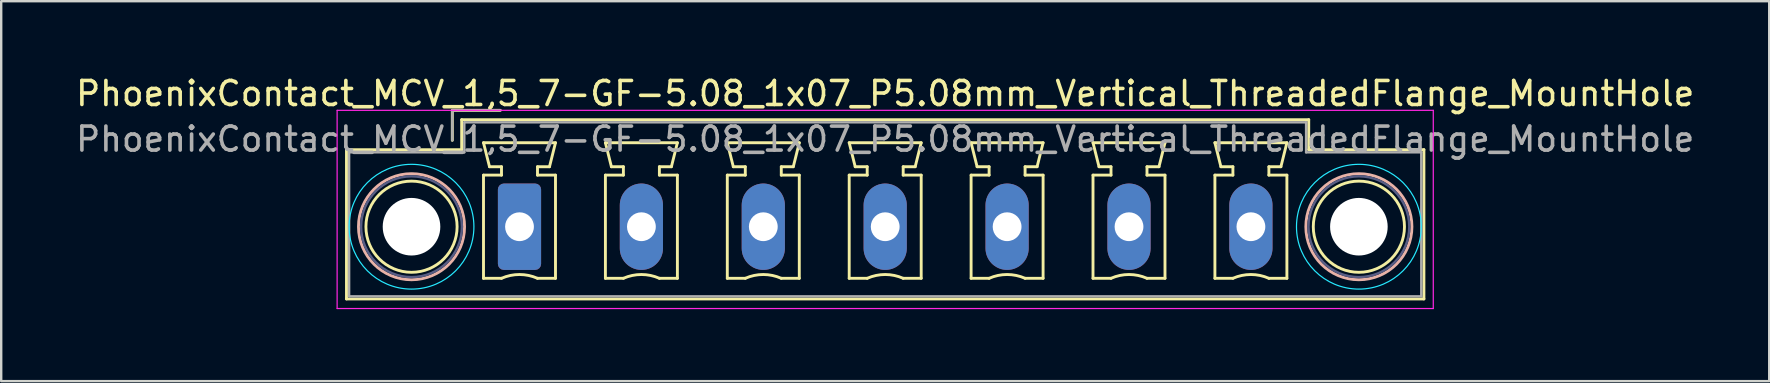
<source format=kicad_pcb>
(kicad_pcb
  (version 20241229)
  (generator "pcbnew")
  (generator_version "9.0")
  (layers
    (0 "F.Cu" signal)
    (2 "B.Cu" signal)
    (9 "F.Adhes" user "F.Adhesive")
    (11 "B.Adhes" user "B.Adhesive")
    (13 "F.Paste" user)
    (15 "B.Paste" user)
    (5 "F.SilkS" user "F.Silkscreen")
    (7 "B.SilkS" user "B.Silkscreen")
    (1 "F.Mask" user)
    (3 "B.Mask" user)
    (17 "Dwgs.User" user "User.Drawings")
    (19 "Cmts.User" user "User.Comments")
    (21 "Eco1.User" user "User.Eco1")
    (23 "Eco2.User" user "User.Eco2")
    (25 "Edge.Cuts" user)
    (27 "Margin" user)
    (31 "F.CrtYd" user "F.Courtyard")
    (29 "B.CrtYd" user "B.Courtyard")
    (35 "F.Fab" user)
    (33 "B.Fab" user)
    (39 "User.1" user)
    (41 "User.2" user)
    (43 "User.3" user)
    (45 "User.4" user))
  (footprint "PhoenixContact_MCV_1,5_7-GF-5.08_1x07_P5.08mm_Vertical_ThreadedFlange_MountHole"
    (layer "F.Cu")
    (at 18.599 6.398)
    (property "Reference" "PhoenixContact_MCV_1,5_7-GF-5.08_1x07_P5.08mm_Vertical_ThreadedFlange_MountHole" (at 15.24 -5.55 0) (layer "F.SilkS") (effects (font (size 1 1) (thickness 0.15))))
    (attr through_hole)
    (fp_line (start -7.21 -3.21) (end -7.21 3.01) (stroke (width 0.12) (type solid)) (layer "F.SilkS"))
    (fp_line (start -7.21 3.01) (end 37.69 3.01) (stroke (width 0.12) (type solid)) (layer "F.SilkS"))
    (fp_line (start -2.8 -4.85) (end -0.8 -4.85) (stroke (width 0.12) (type solid)) (layer "F.SilkS"))
    (fp_line (start -2.8 -3.6) (end -2.8 -4.85) (stroke (width 0.12) (type solid)) (layer "F.SilkS"))
    (fp_line (start -2.41 -4.46) (end -2.41 -3.21) (stroke (width 0.12) (type solid)) (layer "F.SilkS"))
    (fp_line (start -2.41 -3.21) (end -7.21 -3.21) (stroke (width 0.12) (type solid)) (layer "F.SilkS"))
    (fp_line (start -1.5 -3.5) (end 1.5 -3.5) (stroke (width 0.12) (type solid)) (layer "F.SilkS"))
    (fp_line (start -1.5 -2.15) (end -0.75 -2.15) (stroke (width 0.12) (type solid)) (layer "F.SilkS"))
    (fp_line (start -1.5 2.15) (end -1.5 -2.15) (stroke (width 0.12) (type solid)) (layer "F.SilkS"))
    (fp_line (start -1.25 -2.5) (end -1.5 -3.5) (stroke (width 0.12) (type solid)) (layer "F.SilkS"))
    (fp_line (start -0.75 -2.5) (end -1.25 -2.5) (stroke (width 0.12) (type solid)) (layer "F.SilkS"))
    (fp_line (start -0.75 -2.15) (end -0.75 -2.5) (stroke (width 0.12) (type solid)) (layer "F.SilkS"))
    (fp_line (start -0.75 2.15) (end -1.5 2.15) (stroke (width 0.12) (type solid)) (layer "F.SilkS"))
    (fp_line (start 0.75 -2.5) (end 0.75 -2.15) (stroke (width 0.12) (type solid)) (layer "F.SilkS"))
    (fp_line (start 0.75 -2.15) (end 1.5 -2.15) (stroke (width 0.12) (type solid)) (layer "F.SilkS"))
    (fp_line (start 1.25 -2.5) (end 0.75 -2.5) (stroke (width 0.12) (type solid)) (layer "F.SilkS"))
    (fp_line (start 1.5 -3.5) (end 1.25 -2.5) (stroke (width 0.12) (type solid)) (layer "F.SilkS"))
    (fp_line (start 1.5 -2.15) (end 1.5 2.15) (stroke (width 0.12) (type solid)) (layer "F.SilkS"))
    (fp_line (start 1.5 2.15) (end 0.75 2.15) (stroke (width 0.12) (type solid)) (layer "F.SilkS"))
    (fp_line (start 3.58 -3.5) (end 6.58 -3.5) (stroke (width 0.12) (type solid)) (layer "F.SilkS"))
    (fp_line (start 3.58 -2.15) (end 4.33 -2.15) (stroke (width 0.12) (type solid)) (layer "F.SilkS"))
    (fp_line (start 3.58 2.15) (end 3.58 -2.15) (stroke (width 0.12) (type solid)) (layer "F.SilkS"))
    (fp_line (start 3.83 -2.5) (end 3.58 -3.5) (stroke (width 0.12) (type solid)) (layer "F.SilkS"))
    (fp_line (start 4.33 -2.5) (end 3.83 -2.5) (stroke (width 0.12) (type solid)) (layer "F.SilkS"))
    (fp_line (start 4.33 -2.15) (end 4.33 -2.5) (stroke (width 0.12) (type solid)) (layer "F.SilkS"))
    (fp_line (start 4.33 2.15) (end 3.58 2.15) (stroke (width 0.12) (type solid)) (layer "F.SilkS"))
    (fp_line (start 5.83 -2.5) (end 5.83 -2.15) (stroke (width 0.12) (type solid)) (layer "F.SilkS"))
    (fp_line (start 5.83 -2.15) (end 6.58 -2.15) (stroke (width 0.12) (type solid)) (layer "F.SilkS"))
    (fp_line (start 6.33 -2.5) (end 5.83 -2.5) (stroke (width 0.12) (type solid)) (layer "F.SilkS"))
    (fp_line (start 6.58 -3.5) (end 6.33 -2.5) (stroke (width 0.12) (type solid)) (layer "F.SilkS"))
    (fp_line (start 6.58 -2.15) (end 6.58 2.15) (stroke (width 0.12) (type solid)) (layer "F.SilkS"))
    (fp_line (start 6.58 2.15) (end 5.83 2.15) (stroke (width 0.12) (type solid)) (layer "F.SilkS"))
    (fp_line (start 8.66 -3.5) (end 11.66 -3.5) (stroke (width 0.12) (type solid)) (layer "F.SilkS"))
    (fp_line (start 8.66 -2.15) (end 9.41 -2.15) (stroke (width 0.12) (type solid)) (layer "F.SilkS"))
    (fp_line (start 8.66 2.15) (end 8.66 -2.15) (stroke (width 0.12) (type solid)) (layer "F.SilkS"))
    (fp_line (start 8.91 -2.5) (end 8.66 -3.5) (stroke (width 0.12) (type solid)) (layer "F.SilkS"))
    (fp_line (start 9.41 -2.5) (end 8.91 -2.5) (stroke (width 0.12) (type solid)) (layer "F.SilkS"))
    (fp_line (start 9.41 -2.15) (end 9.41 -2.5) (stroke (width 0.12) (type solid)) (layer "F.SilkS"))
    (fp_line (start 9.41 2.15) (end 8.66 2.15) (stroke (width 0.12) (type solid)) (layer "F.SilkS"))
    (fp_line (start 10.91 -2.5) (end 10.91 -2.15) (stroke (width 0.12) (type solid)) (layer "F.SilkS"))
    (fp_line (start 10.91 -2.15) (end 11.66 -2.15) (stroke (width 0.12) (type solid)) (layer "F.SilkS"))
    (fp_line (start 11.41 -2.5) (end 10.91 -2.5) (stroke (width 0.12) (type solid)) (layer "F.SilkS"))
    (fp_line (start 11.66 -3.5) (end 11.41 -2.5) (stroke (width 0.12) (type solid)) (layer "F.SilkS"))
    (fp_line (start 11.66 -2.15) (end 11.66 2.15) (stroke (width 0.12) (type solid)) (layer "F.SilkS"))
    (fp_line (start 11.66 2.15) (end 10.91 2.15) (stroke (width 0.12) (type solid)) (layer "F.SilkS"))
    (fp_line (start 13.74 -3.5) (end 16.74 -3.5) (stroke (width 0.12) (type solid)) (layer "F.SilkS"))
    (fp_line (start 13.74 -2.15) (end 14.49 -2.15) (stroke (width 0.12) (type solid)) (layer "F.SilkS"))
    (fp_line (start 13.74 2.15) (end 13.74 -2.15) (stroke (width 0.12) (type solid)) (layer "F.SilkS"))
    (fp_line (start 13.99 -2.5) (end 13.74 -3.5) (stroke (width 0.12) (type solid)) (layer "F.SilkS"))
    (fp_line (start 14.49 -2.5) (end 13.99 -2.5) (stroke (width 0.12) (type solid)) (layer "F.SilkS"))
    (fp_line (start 14.49 -2.15) (end 14.49 -2.5) (stroke (width 0.12) (type solid)) (layer "F.SilkS"))
    (fp_line (start 14.49 2.15) (end 13.74 2.15) (stroke (width 0.12) (type solid)) (layer "F.SilkS"))
    (fp_line (start 15.99 -2.5) (end 15.99 -2.15) (stroke (width 0.12) (type solid)) (layer "F.SilkS"))
    (fp_line (start 15.99 -2.15) (end 16.74 -2.15) (stroke (width 0.12) (type solid)) (layer "F.SilkS"))
    (fp_line (start 16.49 -2.5) (end 15.99 -2.5) (stroke (width 0.12) (type solid)) (layer "F.SilkS"))
    (fp_line (start 16.74 -3.5) (end 16.49 -2.5) (stroke (width 0.12) (type solid)) (layer "F.SilkS"))
    (fp_line (start 16.74 -2.15) (end 16.74 2.15) (stroke (width 0.12) (type solid)) (layer "F.SilkS"))
    (fp_line (start 16.74 2.15) (end 15.99 2.15) (stroke (width 0.12) (type solid)) (layer "F.SilkS"))
    (fp_line (start 18.82 -3.5) (end 21.82 -3.5) (stroke (width 0.12) (type solid)) (layer "F.SilkS"))
    (fp_line (start 18.82 -2.15) (end 19.57 -2.15) (stroke (width 0.12) (type solid)) (layer "F.SilkS"))
    (fp_line (start 18.82 2.15) (end 18.82 -2.15) (stroke (width 0.12) (type solid)) (layer "F.SilkS"))
    (fp_line (start 19.07 -2.5) (end 18.82 -3.5) (stroke (width 0.12) (type solid)) (layer "F.SilkS"))
    (fp_line (start 19.57 -2.5) (end 19.07 -2.5) (stroke (width 0.12) (type solid)) (layer "F.SilkS"))
    (fp_line (start 19.57 -2.15) (end 19.57 -2.5) (stroke (width 0.12) (type solid)) (layer "F.SilkS"))
    (fp_line (start 19.57 2.15) (end 18.82 2.15) (stroke (width 0.12) (type solid)) (layer "F.SilkS"))
    (fp_line (start 21.07 -2.5) (end 21.07 -2.15) (stroke (width 0.12) (type solid)) (layer "F.SilkS"))
    (fp_line (start 21.07 -2.15) (end 21.82 -2.15) (stroke (width 0.12) (type solid)) (layer "F.SilkS"))
    (fp_line (start 21.57 -2.5) (end 21.07 -2.5) (stroke (width 0.12) (type solid)) (layer "F.SilkS"))
    (fp_line (start 21.82 -3.5) (end 21.57 -2.5) (stroke (width 0.12) (type solid)) (layer "F.SilkS"))
    (fp_line (start 21.82 -2.15) (end 21.82 2.15) (stroke (width 0.12) (type solid)) (layer "F.SilkS"))
    (fp_line (start 21.82 2.15) (end 21.07 2.15) (stroke (width 0.12) (type solid)) (layer "F.SilkS"))
    (fp_line (start 23.9 -3.5) (end 26.9 -3.5) (stroke (width 0.12) (type solid)) (layer "F.SilkS"))
    (fp_line (start 23.9 -2.15) (end 24.65 -2.15) (stroke (width 0.12) (type solid)) (layer "F.SilkS"))
    (fp_line (start 23.9 2.15) (end 23.9 -2.15) (stroke (width 0.12) (type solid)) (layer "F.SilkS"))
    (fp_line (start 24.15 -2.5) (end 23.9 -3.5) (stroke (width 0.12) (type solid)) (layer "F.SilkS"))
    (fp_line (start 24.65 -2.5) (end 24.15 -2.5) (stroke (width 0.12) (type solid)) (layer "F.SilkS"))
    (fp_line (start 24.65 -2.15) (end 24.65 -2.5) (stroke (width 0.12) (type solid)) (layer "F.SilkS"))
    (fp_line (start 24.65 2.15) (end 23.9 2.15) (stroke (width 0.12) (type solid)) (layer "F.SilkS"))
    (fp_line (start 26.15 -2.5) (end 26.15 -2.15) (stroke (width 0.12) (type solid)) (layer "F.SilkS"))
    (fp_line (start 26.15 -2.15) (end 26.9 -2.15) (stroke (width 0.12) (type solid)) (layer "F.SilkS"))
    (fp_line (start 26.65 -2.5) (end 26.15 -2.5) (stroke (width 0.12) (type solid)) (layer "F.SilkS"))
    (fp_line (start 26.9 -3.5) (end 26.65 -2.5) (stroke (width 0.12) (type solid)) (layer "F.SilkS"))
    (fp_line (start 26.9 -2.15) (end 26.9 2.15) (stroke (width 0.12) (type solid)) (layer "F.SilkS"))
    (fp_line (start 26.9 2.15) (end 26.15 2.15) (stroke (width 0.12) (type solid)) (layer "F.SilkS"))
    (fp_line (start 28.98 -3.5) (end 31.98 -3.5) (stroke (width 0.12) (type solid)) (layer "F.SilkS"))
    (fp_line (start 28.98 -2.15) (end 29.73 -2.15) (stroke (width 0.12) (type solid)) (layer "F.SilkS"))
    (fp_line (start 28.98 2.15) (end 28.98 -2.15) (stroke (width 0.12) (type solid)) (layer "F.SilkS"))
    (fp_line (start 29.23 -2.5) (end 28.98 -3.5) (stroke (width 0.12) (type solid)) (layer "F.SilkS"))
    (fp_line (start 29.73 -2.5) (end 29.23 -2.5) (stroke (width 0.12) (type solid)) (layer "F.SilkS"))
    (fp_line (start 29.73 -2.15) (end 29.73 -2.5) (stroke (width 0.12) (type solid)) (layer "F.SilkS"))
    (fp_line (start 29.73 2.15) (end 28.98 2.15) (stroke (width 0.12) (type solid)) (layer "F.SilkS"))
    (fp_line (start 31.23 -2.5) (end 31.23 -2.15) (stroke (width 0.12) (type solid)) (layer "F.SilkS"))
    (fp_line (start 31.23 -2.15) (end 31.98 -2.15) (stroke (width 0.12) (type solid)) (layer "F.SilkS"))
    (fp_line (start 31.73 -2.5) (end 31.23 -2.5) (stroke (width 0.12) (type solid)) (layer "F.SilkS"))
    (fp_line (start 31.98 -3.5) (end 31.73 -2.5) (stroke (width 0.12) (type solid)) (layer "F.SilkS"))
    (fp_line (start 31.98 -2.15) (end 31.98 2.15) (stroke (width 0.12) (type solid)) (layer "F.SilkS"))
    (fp_line (start 31.98 2.15) (end 31.23 2.15) (stroke (width 0.12) (type solid)) (layer "F.SilkS"))
    (fp_line (start 32.89 -4.46) (end -2.41 -4.46) (stroke (width 0.12) (type solid)) (layer "F.SilkS"))
    (fp_line (start 32.89 -3.21) (end 32.89 -4.46) (stroke (width 0.12) (type solid)) (layer "F.SilkS"))
    (fp_line (start 37.69 -3.21) (end 32.89 -3.21) (stroke (width 0.12) (type solid)) (layer "F.SilkS"))
    (fp_line (start 37.69 3.01) (end 37.69 -3.21) (stroke (width 0.12) (type solid)) (layer "F.SilkS"))
    (fp_arc (start -0.75 2.15) (mid -0.000193 1.99191) (end 0.749647 2.149844) (stroke (width 0.12) (type solid)) (layer "F.SilkS"))
    (fp_arc (start 4.33 2.15) (mid 5.079807 1.99191) (end 5.829647 2.149844) (stroke (width 0.12) (type solid)) (layer "F.SilkS"))
    (fp_arc (start 9.41 2.15) (mid 10.159807 1.99191) (end 10.909647 2.149844) (stroke (width 0.12) (type solid)) (layer "F.SilkS"))
    (fp_arc (start 14.49 2.15) (mid 15.239807 1.99191) (end 15.989647 2.149844) (stroke (width 0.12) (type solid)) (layer "F.SilkS"))
    (fp_arc (start 19.57 2.15) (mid 20.319807 1.99191) (end 21.069647 2.149844) (stroke (width 0.12) (type solid)) (layer "F.SilkS"))
    (fp_arc (start 24.65 2.15) (mid 25.399807 1.99191) (end 26.149647 2.149844) (stroke (width 0.12) (type solid)) (layer "F.SilkS"))
    (fp_arc (start 29.73 2.15) (mid 30.479807 1.99191) (end 31.229647 2.149844) (stroke (width 0.12) (type solid)) (layer "F.SilkS"))
    (fp_circle (center -4.5 0) (end -2.6 0) (stroke (width 0.12) (type solid)) (fill no) (layer "F.SilkS"))
    (fp_circle (center 34.98 0) (end 36.88 0) (stroke (width 0.12) (type solid)) (fill no) (layer "F.SilkS"))
    (fp_circle (center -4.5 0) (end -2.29 0) (stroke (width 0.12) (type solid)) (fill no) (layer "B.SilkS"))
    (fp_circle (center 34.98 0) (end 37.19 0) (stroke (width 0.12) (type solid)) (fill no) (layer "B.SilkS"))
    (fp_circle (center -4.5 0) (end -1.9 0) (stroke (width 0.05) (type solid)) (fill no) (layer "B.CrtYd"))
    (fp_circle (center 34.98 0) (end 37.58 0) (stroke (width 0.05) (type solid)) (fill no) (layer "B.CrtYd"))
    (fp_line (start -7.6 -4.85) (end -7.6 3.41) (stroke (width 0.05) (type solid)) (layer "F.CrtYd"))
    (fp_line (start -7.6 3.41) (end 38.08 3.41) (stroke (width 0.05) (type solid)) (layer "F.CrtYd"))
    (fp_line (start 38.08 -4.85) (end -7.6 -4.85) (stroke (width 0.05) (type solid)) (layer "F.CrtYd"))
    (fp_line (start 38.08 3.41) (end 38.08 -4.85) (stroke (width 0.05) (type solid)) (layer "F.CrtYd"))
    (fp_circle (center -4.5 0) (end -2.4 0) (stroke (width 0.1) (type solid)) (fill no) (layer "B.Fab"))
    (fp_circle (center 34.98 0) (end 37.08 0) (stroke (width 0.1) (type solid)) (fill no) (layer "B.Fab"))
    (fp_line (start -7.1 -3.1) (end -7.1 2.9) (stroke (width 0.1) (type solid)) (layer "F.Fab"))
    (fp_line (start -7.1 2.9) (end 37.58 2.9) (stroke (width 0.1) (type solid)) (layer "F.Fab"))
    (fp_line (start -2.8 -4.85) (end -0.8 -4.85) (stroke (width 0.1) (type solid)) (layer "F.Fab"))
    (fp_line (start -2.8 -3.6) (end -2.8 -4.85) (stroke (width 0.1) (type solid)) (layer "F.Fab"))
    (fp_line (start -2.3 -4.35) (end -2.3 -3.1) (stroke (width 0.1) (type solid)) (layer "F.Fab"))
    (fp_line (start -2.3 -3.1) (end -7.1 -3.1) (stroke (width 0.1) (type solid)) (layer "F.Fab"))
    (fp_line (start 32.78 -4.35) (end -2.3 -4.35) (stroke (width 0.1) (type solid)) (layer "F.Fab"))
    (fp_line (start 32.78 -3.1) (end 32.78 -4.35) (stroke (width 0.1) (type solid)) (layer "F.Fab"))
    (fp_line (start 37.58 -3.1) (end 32.78 -3.1) (stroke (width 0.1) (type solid)) (layer "F.Fab"))
    (fp_line (start 37.58 2.9) (end 37.58 -3.1) (stroke (width 0.1) (type solid)) (layer "F.Fab"))
    (fp_text user "${REFERENCE}" (at 15.24 -3.65 0) (layer "F.Fab") (effects (font (size 1 1) (thickness 0.15))))
    (pad "" np_thru_hole circle (at -4.5 0) (size 2.4 2.4) (drill 2.4) (layers "*.Cu" "*.Mask"))
    (pad "" np_thru_hole circle (at 34.98 0) (size 2.4 2.4) (drill 2.4) (layers "*.Cu" "*.Mask"))
    (pad "1" thru_hole roundrect (at 0 0) (size 1.8 3.6) (drill 1.2) (layers "*.Cu" "*.Mask") (roundrect_rratio 0.139))
    (pad "2" thru_hole oval (at 5.08 0) (size 1.8 3.6) (drill 1.2) (layers "*.Cu" "*.Mask"))
    (pad "3" thru_hole oval (at 10.16 0) (size 1.8 3.6) (drill 1.2) (layers "*.Cu" "*.Mask"))
    (pad "4" thru_hole oval (at 15.24 0) (size 1.8 3.6) (drill 1.2) (layers "*.Cu" "*.Mask"))
    (pad "5" thru_hole oval (at 20.32 0) (size 1.8 3.6) (drill 1.2) (layers "*.Cu" "*.Mask"))
    (pad "6" thru_hole oval (at 25.4 0) (size 1.8 3.6) (drill 1.2) (layers "*.Cu" "*.Mask"))
    (pad "7" thru_hole oval (at 30.48 0) (size 1.8 3.6) (drill 1.2) (layers "*.Cu" "*.Mask")))
  (gr_rect
    (start -3 -3)
    (end 70.679 12.833)
    (stroke (width 0.1) (type default))
    (fill no)
    (layer "Edge.Cuts")))
</source>
